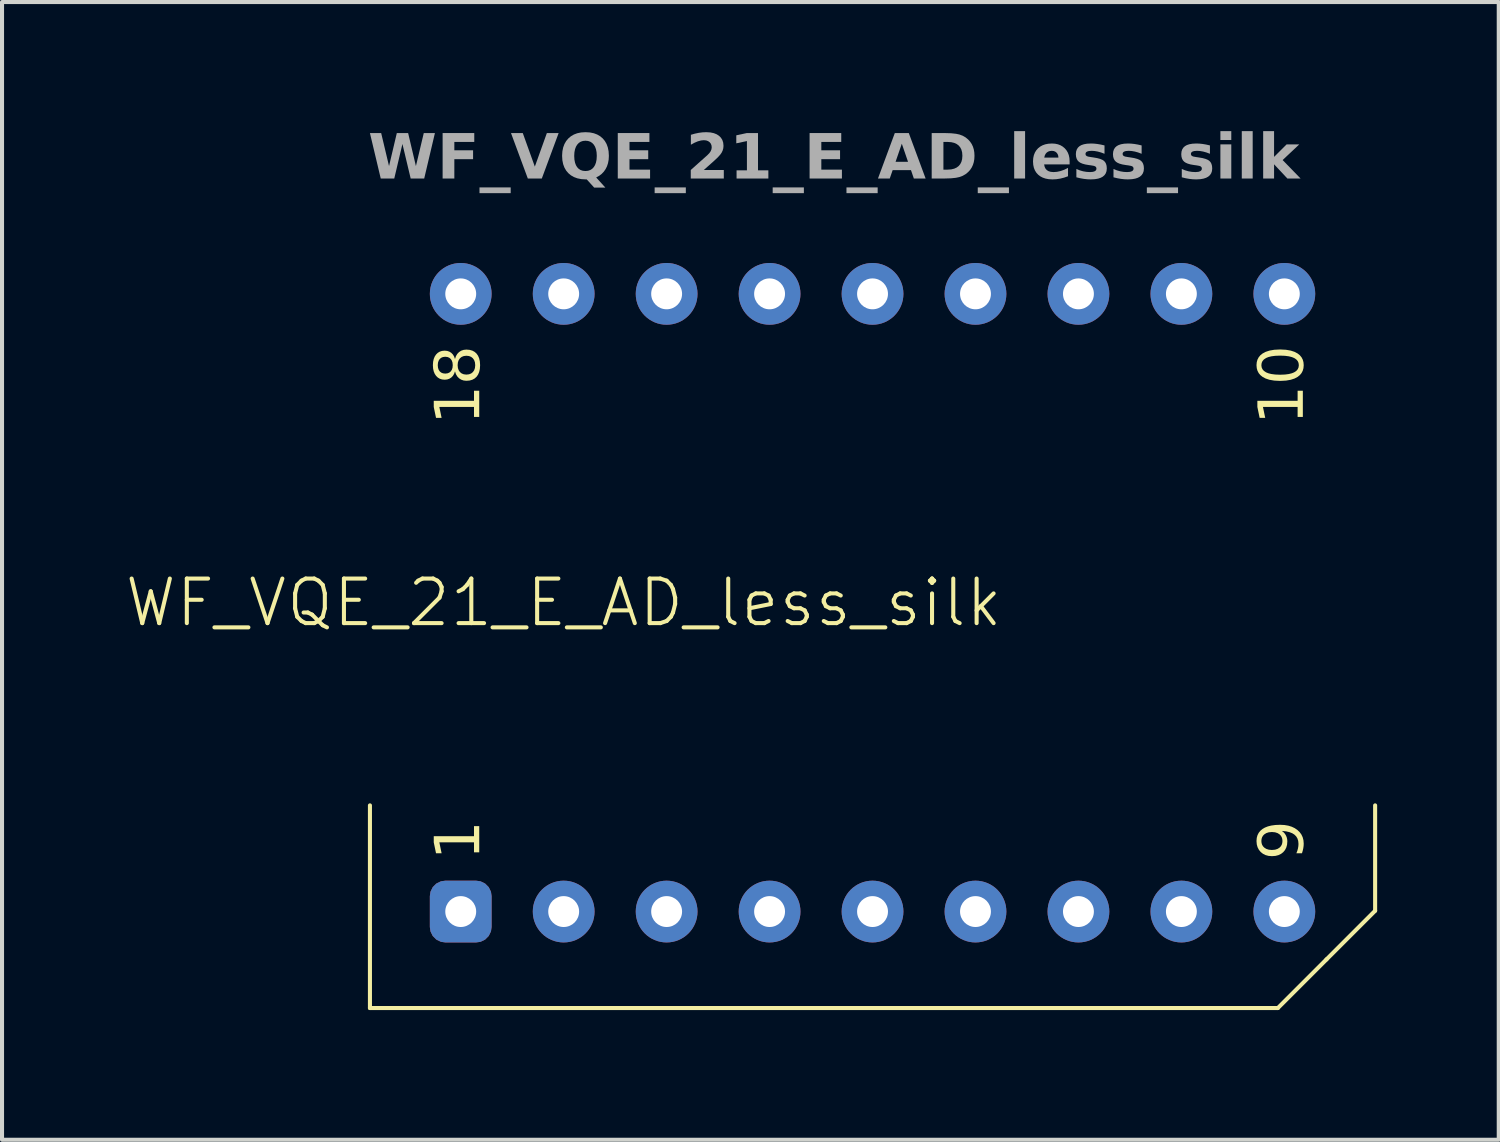
<source format=kicad_pcb>
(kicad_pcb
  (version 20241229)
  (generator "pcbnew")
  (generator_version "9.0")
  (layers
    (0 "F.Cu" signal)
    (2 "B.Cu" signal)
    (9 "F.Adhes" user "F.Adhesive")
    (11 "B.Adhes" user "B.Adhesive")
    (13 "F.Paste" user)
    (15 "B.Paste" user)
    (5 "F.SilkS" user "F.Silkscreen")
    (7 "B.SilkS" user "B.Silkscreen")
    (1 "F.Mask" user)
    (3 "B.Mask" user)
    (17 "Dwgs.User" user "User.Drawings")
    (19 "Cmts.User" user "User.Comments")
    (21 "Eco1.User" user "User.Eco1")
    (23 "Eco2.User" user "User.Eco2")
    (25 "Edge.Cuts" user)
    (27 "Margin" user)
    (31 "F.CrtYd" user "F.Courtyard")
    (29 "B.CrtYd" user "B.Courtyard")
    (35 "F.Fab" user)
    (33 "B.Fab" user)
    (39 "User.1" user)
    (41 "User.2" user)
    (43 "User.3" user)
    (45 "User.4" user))
  (footprint "WF_VQE_21_E_AD_less_silk"
    (layer "F.Cu")
    (at 6.077 21.82)
    (property "Reference" "WF_VQE_21_E_AD_less_silk" (at 4.78 -10 0) (unlocked yes) (layer "F.SilkS") (effects (font (size 1.1 1.1) (thickness 0.1))))
    (attr through_hole)
    (fp_line (start 0 0) (end 0 -5) (stroke (width 0.1) (type default)) (layer "F.SilkS"))
    (fp_line (start 0 0) (end 22.4 0) (stroke (width 0.1) (type default)) (layer "F.SilkS"))
    (fp_line (start 23.6 -1.2) (end 22.4 0) (stroke (width 0.1) (type default)) (layer "F.SilkS"))
    (fp_line (start 23.6 -1.2) (end 24.8 -2.4) (stroke (width 0.1) (type default)) (layer "F.SilkS"))
    (fp_line (start 24.8 -2.4) (end 24.8 -5) (stroke (width 0.1) (type default)) (layer "F.SilkS"))
    (fp_text user "1" (at 2.24 -3.65 90) (unlocked yes) (layer "F.SilkS") (effects (font (face "JetBrains Mono Medium") (size 1.1 1.1) (thickness 0.1)) (justify left)))
    (fp_text user "9" (at 22.56 -3.65 90) (unlocked yes) (layer "F.SilkS") (effects (font (face "JetBrains Mono Medium") (size 1.1 1.1) (thickness 0.1)) (justify left)))
    (fp_text user "10" (at 22.56 -16.35 90) (unlocked yes) (layer "F.SilkS") (effects (font (face "JetBrains Mono Medium") (size 1.1 1.1) (thickness 0.1)) (justify right)))
    (fp_text user "18" (at 2.24 -16.35 90) (unlocked yes) (layer "F.SilkS") (effects (font (face "JetBrains Mono Medium") (size 1.1 1.1) (thickness 0.1)) (justify right)))
    (fp_text user "${REFERENCE}" (at -0.046 -20.922 0) (unlocked yes) (layer "F.Fab") (effects (font (face "JetBrains Mono Medium") (size 1.1 1.1) (thickness 0.2) (bold yes)) (justify left)))
    (pad "1" thru_hole roundrect (at 2.24 -2.38) (size 1.524 1.524) (drill 0.762) (layers "*.Cu" "*.Mask") (roundrect_rratio 0.25))
    (pad "2" thru_hole circle (at 4.78 -2.38) (size 1.524 1.524) (drill 0.762) (layers "*.Cu" "*.Mask"))
    (pad "3" thru_hole circle (at 7.32 -2.38) (size 1.524 1.524) (drill 0.762) (layers "*.Cu" "*.Mask"))
    (pad "4" thru_hole circle (at 9.86 -2.38) (size 1.524 1.524) (drill 0.762) (layers "*.Cu" "*.Mask"))
    (pad "5" thru_hole circle (at 12.4 -2.38) (size 1.524 1.524) (drill 0.762) (layers "*.Cu" "*.Mask"))
    (pad "6" thru_hole circle (at 14.94 -2.38) (size 1.524 1.524) (drill 0.762) (layers "*.Cu" "*.Mask"))
    (pad "7" thru_hole circle (at 17.48 -2.38) (size 1.524 1.524) (drill 0.762) (layers "*.Cu" "*.Mask"))
    (pad "8" thru_hole circle (at 20.02 -2.38) (size 1.524 1.524) (drill 0.762) (layers "*.Cu" "*.Mask"))
    (pad "9" thru_hole circle (at 22.56 -2.38) (size 1.524 1.524) (drill 0.762) (layers "*.Cu" "*.Mask"))
    (pad "10" thru_hole circle (at 22.56 -17.62) (size 1.524 1.524) (drill 0.762) (layers "*.Cu" "*.Mask"))
    (pad "11" thru_hole circle (at 20.02 -17.62) (size 1.524 1.524) (drill 0.762) (layers "*.Cu" "*.Mask"))
    (pad "12" thru_hole circle (at 17.48 -17.62) (size 1.524 1.524) (drill 0.762) (layers "*.Cu" "*.Mask"))
    (pad "13" thru_hole circle (at 14.94 -17.62) (size 1.524 1.524) (drill 0.762) (layers "*.Cu" "*.Mask"))
    (pad "14" thru_hole circle (at 12.4 -17.62) (size 1.524 1.524) (drill 0.762) (layers "*.Cu" "*.Mask"))
    (pad "15" thru_hole circle (at 9.86 -17.62) (size 1.524 1.524) (drill 0.762) (layers "*.Cu" "*.Mask"))
    (pad "16" thru_hole circle (at 7.32 -17.62) (size 1.524 1.524) (drill 0.762) (layers "*.Cu" "*.Mask"))
    (pad "17" thru_hole circle (at 4.78 -17.62) (size 1.524 1.524) (drill 0.762) (layers "*.Cu" "B.Mask"))
    (pad "18" thru_hole circle (at 2.24 -17.62) (size 1.524 1.524) (drill 0.762) (layers "*.Cu" "*.Mask")))
  (gr_rect
    (start -3 -3)
    (end 33.927 25.07)
    (stroke (width 0.1) (type default))
    (fill no)
    (layer "Edge.Cuts")))
</source>
